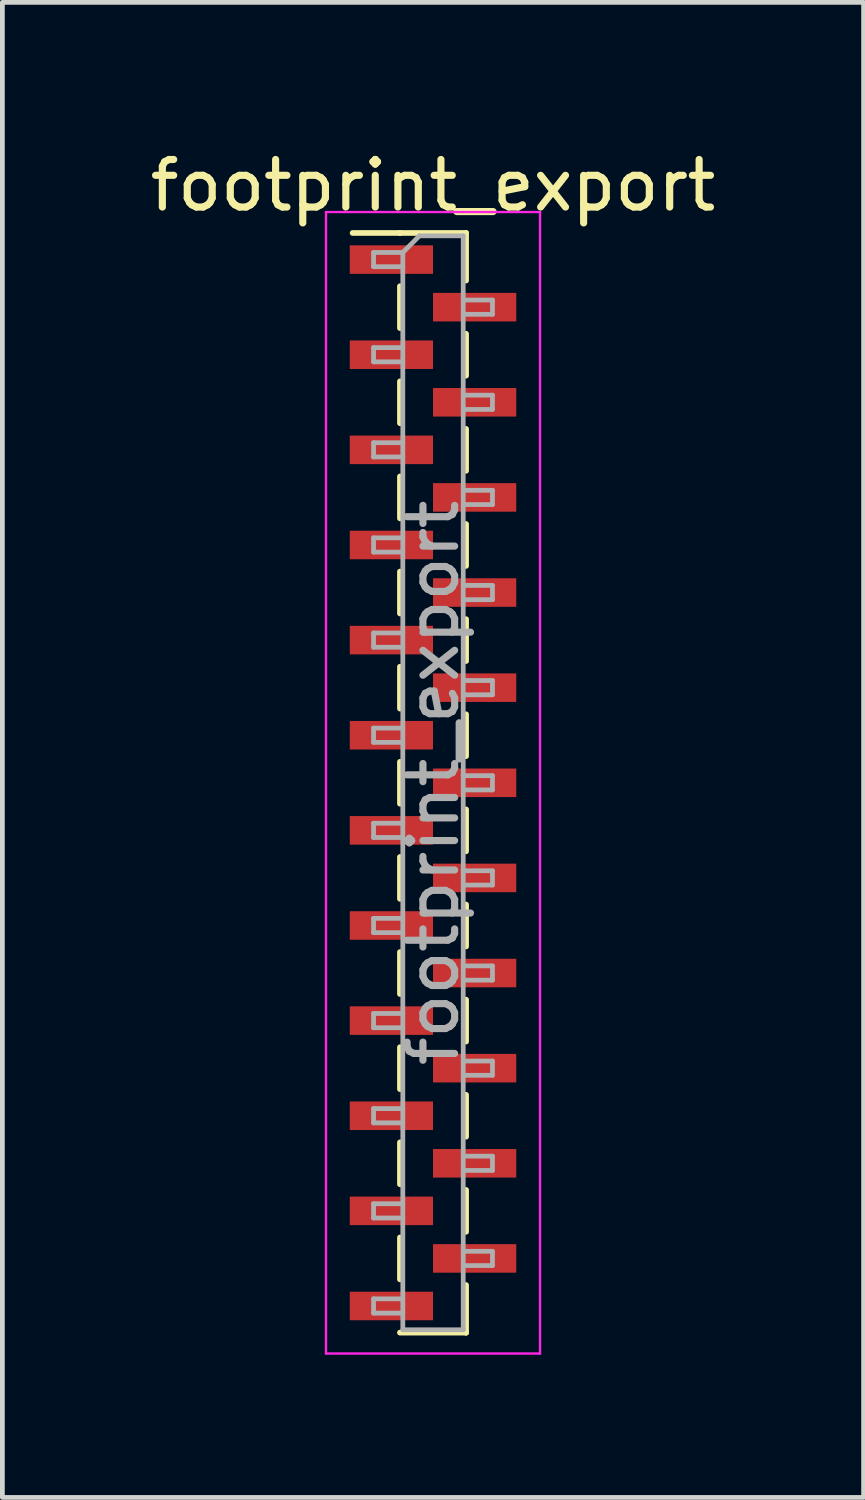
<source format=kicad_pcb>
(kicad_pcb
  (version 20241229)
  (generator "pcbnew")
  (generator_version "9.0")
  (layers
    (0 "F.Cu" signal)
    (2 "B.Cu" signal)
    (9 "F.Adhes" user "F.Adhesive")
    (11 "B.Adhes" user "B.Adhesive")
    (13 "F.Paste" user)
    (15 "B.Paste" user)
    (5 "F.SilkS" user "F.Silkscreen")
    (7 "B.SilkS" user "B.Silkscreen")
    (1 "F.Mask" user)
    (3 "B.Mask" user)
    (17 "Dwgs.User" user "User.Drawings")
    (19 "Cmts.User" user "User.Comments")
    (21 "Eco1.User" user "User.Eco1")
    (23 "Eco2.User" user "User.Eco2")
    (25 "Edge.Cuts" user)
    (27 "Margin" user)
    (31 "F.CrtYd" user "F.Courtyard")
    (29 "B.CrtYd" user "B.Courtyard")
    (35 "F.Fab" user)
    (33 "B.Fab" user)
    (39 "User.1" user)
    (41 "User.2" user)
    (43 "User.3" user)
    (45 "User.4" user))
  (footprint "footprint_export"
    (layer "F.Cu")
    (at 6.054 13.408)
    (property "Reference" "footprint_export" (at 0 -12.56 0) (layer "F.SilkS") (effects (font (size 1 1) (thickness 0.15))))
    (attr smd)
    (fp_line (start -0.695 -11.56) (end -1.69 -11.56) (stroke (width 0.12) (type solid)) (layer "F.SilkS"))
    (fp_line (start -0.695 -11.56) (end -0.695 -11.56) (stroke (width 0.12) (type solid)) (layer "F.SilkS"))
    (fp_line (start -0.695 -11.56) (end 0.695 -11.56) (stroke (width 0.12) (type solid)) (layer "F.SilkS"))
    (fp_line (start -0.695 -10.44) (end -0.695 -9.56) (stroke (width 0.12) (type solid)) (layer "F.SilkS"))
    (fp_line (start -0.695 -8.44) (end -0.695 -7.56) (stroke (width 0.12) (type solid)) (layer "F.SilkS"))
    (fp_line (start -0.695 -6.44) (end -0.695 -5.56) (stroke (width 0.12) (type solid)) (layer "F.SilkS"))
    (fp_line (start -0.695 -4.44) (end -0.695 -3.56) (stroke (width 0.12) (type solid)) (layer "F.SilkS"))
    (fp_line (start -0.695 -2.44) (end -0.695 -1.56) (stroke (width 0.12) (type solid)) (layer "F.SilkS"))
    (fp_line (start -0.695 -0.44) (end -0.695 0.44) (stroke (width 0.12) (type solid)) (layer "F.SilkS"))
    (fp_line (start -0.695 1.56) (end -0.695 2.44) (stroke (width 0.12) (type solid)) (layer "F.SilkS"))
    (fp_line (start -0.695 3.56) (end -0.695 4.44) (stroke (width 0.12) (type solid)) (layer "F.SilkS"))
    (fp_line (start -0.695 5.56) (end -0.695 6.44) (stroke (width 0.12) (type solid)) (layer "F.SilkS"))
    (fp_line (start -0.695 7.56) (end -0.695 8.44) (stroke (width 0.12) (type solid)) (layer "F.SilkS"))
    (fp_line (start -0.695 9.56) (end -0.695 10.44) (stroke (width 0.12) (type solid)) (layer "F.SilkS"))
    (fp_line (start -0.695 11.56) (end 0.695 11.56) (stroke (width 0.12) (type solid)) (layer "F.SilkS"))
    (fp_line (start 0.695 -11.56) (end 0.695 -10.56) (stroke (width 0.12) (type solid)) (layer "F.SilkS"))
    (fp_line (start 0.695 -9.44) (end 0.695 -8.56) (stroke (width 0.12) (type solid)) (layer "F.SilkS"))
    (fp_line (start 0.695 -7.44) (end 0.695 -6.56) (stroke (width 0.12) (type solid)) (layer "F.SilkS"))
    (fp_line (start 0.695 -5.44) (end 0.695 -4.56) (stroke (width 0.12) (type solid)) (layer "F.SilkS"))
    (fp_line (start 0.695 -3.44) (end 0.695 -2.56) (stroke (width 0.12) (type solid)) (layer "F.SilkS"))
    (fp_line (start 0.695 -1.44) (end 0.695 -0.56) (stroke (width 0.12) (type solid)) (layer "F.SilkS"))
    (fp_line (start 0.695 0.56) (end 0.695 1.44) (stroke (width 0.12) (type solid)) (layer "F.SilkS"))
    (fp_line (start 0.695 2.56) (end 0.695 3.44) (stroke (width 0.12) (type solid)) (layer "F.SilkS"))
    (fp_line (start 0.695 4.56) (end 0.695 5.44) (stroke (width 0.12) (type solid)) (layer "F.SilkS"))
    (fp_line (start 0.695 6.56) (end 0.695 7.44) (stroke (width 0.12) (type solid)) (layer "F.SilkS"))
    (fp_line (start 0.695 8.56) (end 0.695 9.44) (stroke (width 0.12) (type solid)) (layer "F.SilkS"))
    (fp_line (start 0.695 10.56) (end 0.695 11.56) (stroke (width 0.12) (type solid)) (layer "F.SilkS"))
    (fp_line (start 0.695 11.56) (end 0.695 11.56) (stroke (width 0.12) (type solid)) (layer "F.SilkS"))
    (fp_line (start -2.25 -12) (end -2.25 12) (stroke (width 0.05) (type solid)) (layer "F.CrtYd"))
    (fp_line (start -2.25 12) (end 2.25 12) (stroke (width 0.05) (type solid)) (layer "F.CrtYd"))
    (fp_line (start 2.25 -12) (end -2.25 -12) (stroke (width 0.05) (type solid)) (layer "F.CrtYd"))
    (fp_line (start 2.25 12) (end 2.25 -12) (stroke (width 0.05) (type solid)) (layer "F.CrtYd"))
    (fp_line (start -1.25 -11.15) (end -1.25 -10.85) (stroke (width 0.1) (type solid)) (layer "F.Fab"))
    (fp_line (start -1.25 -10.85) (end -0.635 -10.85) (stroke (width 0.1) (type solid)) (layer "F.Fab"))
    (fp_line (start -1.25 -9.15) (end -1.25 -8.85) (stroke (width 0.1) (type solid)) (layer "F.Fab"))
    (fp_line (start -1.25 -8.85) (end -0.635 -8.85) (stroke (width 0.1) (type solid)) (layer "F.Fab"))
    (fp_line (start -1.25 -7.15) (end -1.25 -6.85) (stroke (width 0.1) (type solid)) (layer "F.Fab"))
    (fp_line (start -1.25 -6.85) (end -0.635 -6.85) (stroke (width 0.1) (type solid)) (layer "F.Fab"))
    (fp_line (start -1.25 -5.15) (end -1.25 -4.85) (stroke (width 0.1) (type solid)) (layer "F.Fab"))
    (fp_line (start -1.25 -4.85) (end -0.635 -4.85) (stroke (width 0.1) (type solid)) (layer "F.Fab"))
    (fp_line (start -1.25 -3.15) (end -1.25 -2.85) (stroke (width 0.1) (type solid)) (layer "F.Fab"))
    (fp_line (start -1.25 -2.85) (end -0.635 -2.85) (stroke (width 0.1) (type solid)) (layer "F.Fab"))
    (fp_line (start -1.25 -1.15) (end -1.25 -0.85) (stroke (width 0.1) (type solid)) (layer "F.Fab"))
    (fp_line (start -1.25 -0.85) (end -0.635 -0.85) (stroke (width 0.1) (type solid)) (layer "F.Fab"))
    (fp_line (start -1.25 0.85) (end -1.25 1.15) (stroke (width 0.1) (type solid)) (layer "F.Fab"))
    (fp_line (start -1.25 1.15) (end -0.635 1.15) (stroke (width 0.1) (type solid)) (layer "F.Fab"))
    (fp_line (start -1.25 2.85) (end -1.25 3.15) (stroke (width 0.1) (type solid)) (layer "F.Fab"))
    (fp_line (start -1.25 3.15) (end -0.635 3.15) (stroke (width 0.1) (type solid)) (layer "F.Fab"))
    (fp_line (start -1.25 4.85) (end -1.25 5.15) (stroke (width 0.1) (type solid)) (layer "F.Fab"))
    (fp_line (start -1.25 5.15) (end -0.635 5.15) (stroke (width 0.1) (type solid)) (layer "F.Fab"))
    (fp_line (start -1.25 6.85) (end -1.25 7.15) (stroke (width 0.1) (type solid)) (layer "F.Fab"))
    (fp_line (start -1.25 7.15) (end -0.635 7.15) (stroke (width 0.1) (type solid)) (layer "F.Fab"))
    (fp_line (start -1.25 8.85) (end -1.25 9.15) (stroke (width 0.1) (type solid)) (layer "F.Fab"))
    (fp_line (start -1.25 9.15) (end -0.635 9.15) (stroke (width 0.1) (type solid)) (layer "F.Fab"))
    (fp_line (start -1.25 10.85) (end -1.25 11.15) (stroke (width 0.1) (type solid)) (layer "F.Fab"))
    (fp_line (start -1.25 11.15) (end -0.635 11.15) (stroke (width 0.1) (type solid)) (layer "F.Fab"))
    (fp_line (start -0.635 -11.15) (end -1.25 -11.15) (stroke (width 0.1) (type solid)) (layer "F.Fab"))
    (fp_line (start -0.635 -11.15) (end -0.285 -11.5) (stroke (width 0.1) (type solid)) (layer "F.Fab"))
    (fp_line (start -0.635 -9.15) (end -1.25 -9.15) (stroke (width 0.1) (type solid)) (layer "F.Fab"))
    (fp_line (start -0.635 -7.15) (end -1.25 -7.15) (stroke (width 0.1) (type solid)) (layer "F.Fab"))
    (fp_line (start -0.635 -5.15) (end -1.25 -5.15) (stroke (width 0.1) (type solid)) (layer "F.Fab"))
    (fp_line (start -0.635 -3.15) (end -1.25 -3.15) (stroke (width 0.1) (type solid)) (layer "F.Fab"))
    (fp_line (start -0.635 -1.15) (end -1.25 -1.15) (stroke (width 0.1) (type solid)) (layer "F.Fab"))
    (fp_line (start -0.635 0.85) (end -1.25 0.85) (stroke (width 0.1) (type solid)) (layer "F.Fab"))
    (fp_line (start -0.635 2.85) (end -1.25 2.85) (stroke (width 0.1) (type solid)) (layer "F.Fab"))
    (fp_line (start -0.635 4.85) (end -1.25 4.85) (stroke (width 0.1) (type solid)) (layer "F.Fab"))
    (fp_line (start -0.635 6.85) (end -1.25 6.85) (stroke (width 0.1) (type solid)) (layer "F.Fab"))
    (fp_line (start -0.635 8.85) (end -1.25 8.85) (stroke (width 0.1) (type solid)) (layer "F.Fab"))
    (fp_line (start -0.635 10.85) (end -1.25 10.85) (stroke (width 0.1) (type solid)) (layer "F.Fab"))
    (fp_line (start -0.635 11.5) (end -0.635 -11.15) (stroke (width 0.1) (type solid)) (layer "F.Fab"))
    (fp_line (start -0.285 -11.5) (end 0.635 -11.5) (stroke (width 0.1) (type solid)) (layer "F.Fab"))
    (fp_line (start 0.635 -11.5) (end 0.635 11.5) (stroke (width 0.1) (type solid)) (layer "F.Fab"))
    (fp_line (start 0.635 -10.15) (end 1.25 -10.15) (stroke (width 0.1) (type solid)) (layer "F.Fab"))
    (fp_line (start 0.635 -8.15) (end 1.25 -8.15) (stroke (width 0.1) (type solid)) (layer "F.Fab"))
    (fp_line (start 0.635 -6.15) (end 1.25 -6.15) (stroke (width 0.1) (type solid)) (layer "F.Fab"))
    (fp_line (start 0.635 -4.15) (end 1.25 -4.15) (stroke (width 0.1) (type solid)) (layer "F.Fab"))
    (fp_line (start 0.635 -2.15) (end 1.25 -2.15) (stroke (width 0.1) (type solid)) (layer "F.Fab"))
    (fp_line (start 0.635 -0.15) (end 1.25 -0.15) (stroke (width 0.1) (type solid)) (layer "F.Fab"))
    (fp_line (start 0.635 1.85) (end 1.25 1.85) (stroke (width 0.1) (type solid)) (layer "F.Fab"))
    (fp_line (start 0.635 3.85) (end 1.25 3.85) (stroke (width 0.1) (type solid)) (layer "F.Fab"))
    (fp_line (start 0.635 5.85) (end 1.25 5.85) (stroke (width 0.1) (type solid)) (layer "F.Fab"))
    (fp_line (start 0.635 7.85) (end 1.25 7.85) (stroke (width 0.1) (type solid)) (layer "F.Fab"))
    (fp_line (start 0.635 9.85) (end 1.25 9.85) (stroke (width 0.1) (type solid)) (layer "F.Fab"))
    (fp_line (start 0.635 11.5) (end -0.635 11.5) (stroke (width 0.1) (type solid)) (layer "F.Fab"))
    (fp_line (start 1.25 -10.15) (end 1.25 -9.85) (stroke (width 0.1) (type solid)) (layer "F.Fab"))
    (fp_line (start 1.25 -9.85) (end 0.635 -9.85) (stroke (width 0.1) (type solid)) (layer "F.Fab"))
    (fp_line (start 1.25 -8.15) (end 1.25 -7.85) (stroke (width 0.1) (type solid)) (layer "F.Fab"))
    (fp_line (start 1.25 -7.85) (end 0.635 -7.85) (stroke (width 0.1) (type solid)) (layer "F.Fab"))
    (fp_line (start 1.25 -6.15) (end 1.25 -5.85) (stroke (width 0.1) (type solid)) (layer "F.Fab"))
    (fp_line (start 1.25 -5.85) (end 0.635 -5.85) (stroke (width 0.1) (type solid)) (layer "F.Fab"))
    (fp_line (start 1.25 -4.15) (end 1.25 -3.85) (stroke (width 0.1) (type solid)) (layer "F.Fab"))
    (fp_line (start 1.25 -3.85) (end 0.635 -3.85) (stroke (width 0.1) (type solid)) (layer "F.Fab"))
    (fp_line (start 1.25 -2.15) (end 1.25 -1.85) (stroke (width 0.1) (type solid)) (layer "F.Fab"))
    (fp_line (start 1.25 -1.85) (end 0.635 -1.85) (stroke (width 0.1) (type solid)) (layer "F.Fab"))
    (fp_line (start 1.25 -0.15) (end 1.25 0.15) (stroke (width 0.1) (type solid)) (layer "F.Fab"))
    (fp_line (start 1.25 0.15) (end 0.635 0.15) (stroke (width 0.1) (type solid)) (layer "F.Fab"))
    (fp_line (start 1.25 1.85) (end 1.25 2.15) (stroke (width 0.1) (type solid)) (layer "F.Fab"))
    (fp_line (start 1.25 2.15) (end 0.635 2.15) (stroke (width 0.1) (type solid)) (layer "F.Fab"))
    (fp_line (start 1.25 3.85) (end 1.25 4.15) (stroke (width 0.1) (type solid)) (layer "F.Fab"))
    (fp_line (start 1.25 4.15) (end 0.635 4.15) (stroke (width 0.1) (type solid)) (layer "F.Fab"))
    (fp_line (start 1.25 5.85) (end 1.25 6.15) (stroke (width 0.1) (type solid)) (layer "F.Fab"))
    (fp_line (start 1.25 6.15) (end 0.635 6.15) (stroke (width 0.1) (type solid)) (layer "F.Fab"))
    (fp_line (start 1.25 7.85) (end 1.25 8.15) (stroke (width 0.1) (type solid)) (layer "F.Fab"))
    (fp_line (start 1.25 8.15) (end 0.635 8.15) (stroke (width 0.1) (type solid)) (layer "F.Fab"))
    (fp_line (start 1.25 9.85) (end 1.25 10.15) (stroke (width 0.1) (type solid)) (layer "F.Fab"))
    (fp_line (start 1.25 10.15) (end 0.635 10.15) (stroke (width 0.1) (type solid)) (layer "F.Fab"))
    (fp_text user "${REFERENCE}" (at 0 0 90) (layer "F.Fab") (effects (font (size 1 1) (thickness 0.15))))
    (pad "1" smd rect (at -0.875 -11) (size 1.75 0.6) (layers "F.Cu" "F.Mask" "F.Paste"))
    (pad "2" smd rect (at 0.875 -10) (size 1.75 0.6) (layers "F.Cu" "F.Mask" "F.Paste"))
    (pad "3" smd rect (at -0.875 -9) (size 1.75 0.6) (layers "F.Cu" "F.Mask" "F.Paste"))
    (pad "4" smd rect (at 0.875 -8) (size 1.75 0.6) (layers "F.Cu" "F.Mask" "F.Paste"))
    (pad "5" smd rect (at -0.875 -7) (size 1.75 0.6) (layers "F.Cu" "F.Mask" "F.Paste"))
    (pad "6" smd rect (at 0.875 -6) (size 1.75 0.6) (layers "F.Cu" "F.Mask" "F.Paste"))
    (pad "7" smd rect (at -0.875 -5) (size 1.75 0.6) (layers "F.Cu" "F.Mask" "F.Paste"))
    (pad "8" smd rect (at 0.875 -4) (size 1.75 0.6) (layers "F.Cu" "F.Mask" "F.Paste"))
    (pad "9" smd rect (at -0.875 -3) (size 1.75 0.6) (layers "F.Cu" "F.Mask" "F.Paste"))
    (pad "10" smd rect (at 0.875 -2) (size 1.75 0.6) (layers "F.Cu" "F.Mask" "F.Paste"))
    (pad "11" smd rect (at -0.875 -1) (size 1.75 0.6) (layers "F.Cu" "F.Mask" "F.Paste"))
    (pad "12" smd rect (at 0.875 0) (size 1.75 0.6) (layers "F.Cu" "F.Mask" "F.Paste"))
    (pad "13" smd rect (at -0.875 1) (size 1.75 0.6) (layers "F.Cu" "F.Mask" "F.Paste"))
    (pad "14" smd rect (at 0.875 2) (size 1.75 0.6) (layers "F.Cu" "F.Mask" "F.Paste"))
    (pad "15" smd rect (at -0.875 3) (size 1.75 0.6) (layers "F.Cu" "F.Mask" "F.Paste"))
    (pad "16" smd rect (at 0.875 4) (size 1.75 0.6) (layers "F.Cu" "F.Mask" "F.Paste"))
    (pad "17" smd rect (at -0.875 5) (size 1.75 0.6) (layers "F.Cu" "F.Mask" "F.Paste"))
    (pad "18" smd rect (at 0.875 6) (size 1.75 0.6) (layers "F.Cu" "F.Mask" "F.Paste"))
    (pad "19" smd rect (at -0.875 7) (size 1.75 0.6) (layers "F.Cu" "F.Mask" "F.Paste"))
    (pad "20" smd rect (at 0.875 8) (size 1.75 0.6) (layers "F.Cu" "F.Mask" "F.Paste"))
    (pad "21" smd rect (at -0.875 9) (size 1.75 0.6) (layers "F.Cu" "F.Mask" "F.Paste"))
    (pad "22" smd rect (at 0.875 10) (size 1.75 0.6) (layers "F.Cu" "F.Mask" "F.Paste"))
    (pad "23" smd rect (at -0.875 11) (size 1.75 0.6) (layers "F.Cu" "F.Mask" "F.Paste")))
  (gr_rect
    (start -3 -3)
    (end 15.107 28.433)
    (stroke (width 0.1) (type default))
    (fill no)
    (layer "Edge.Cuts")))
</source>
